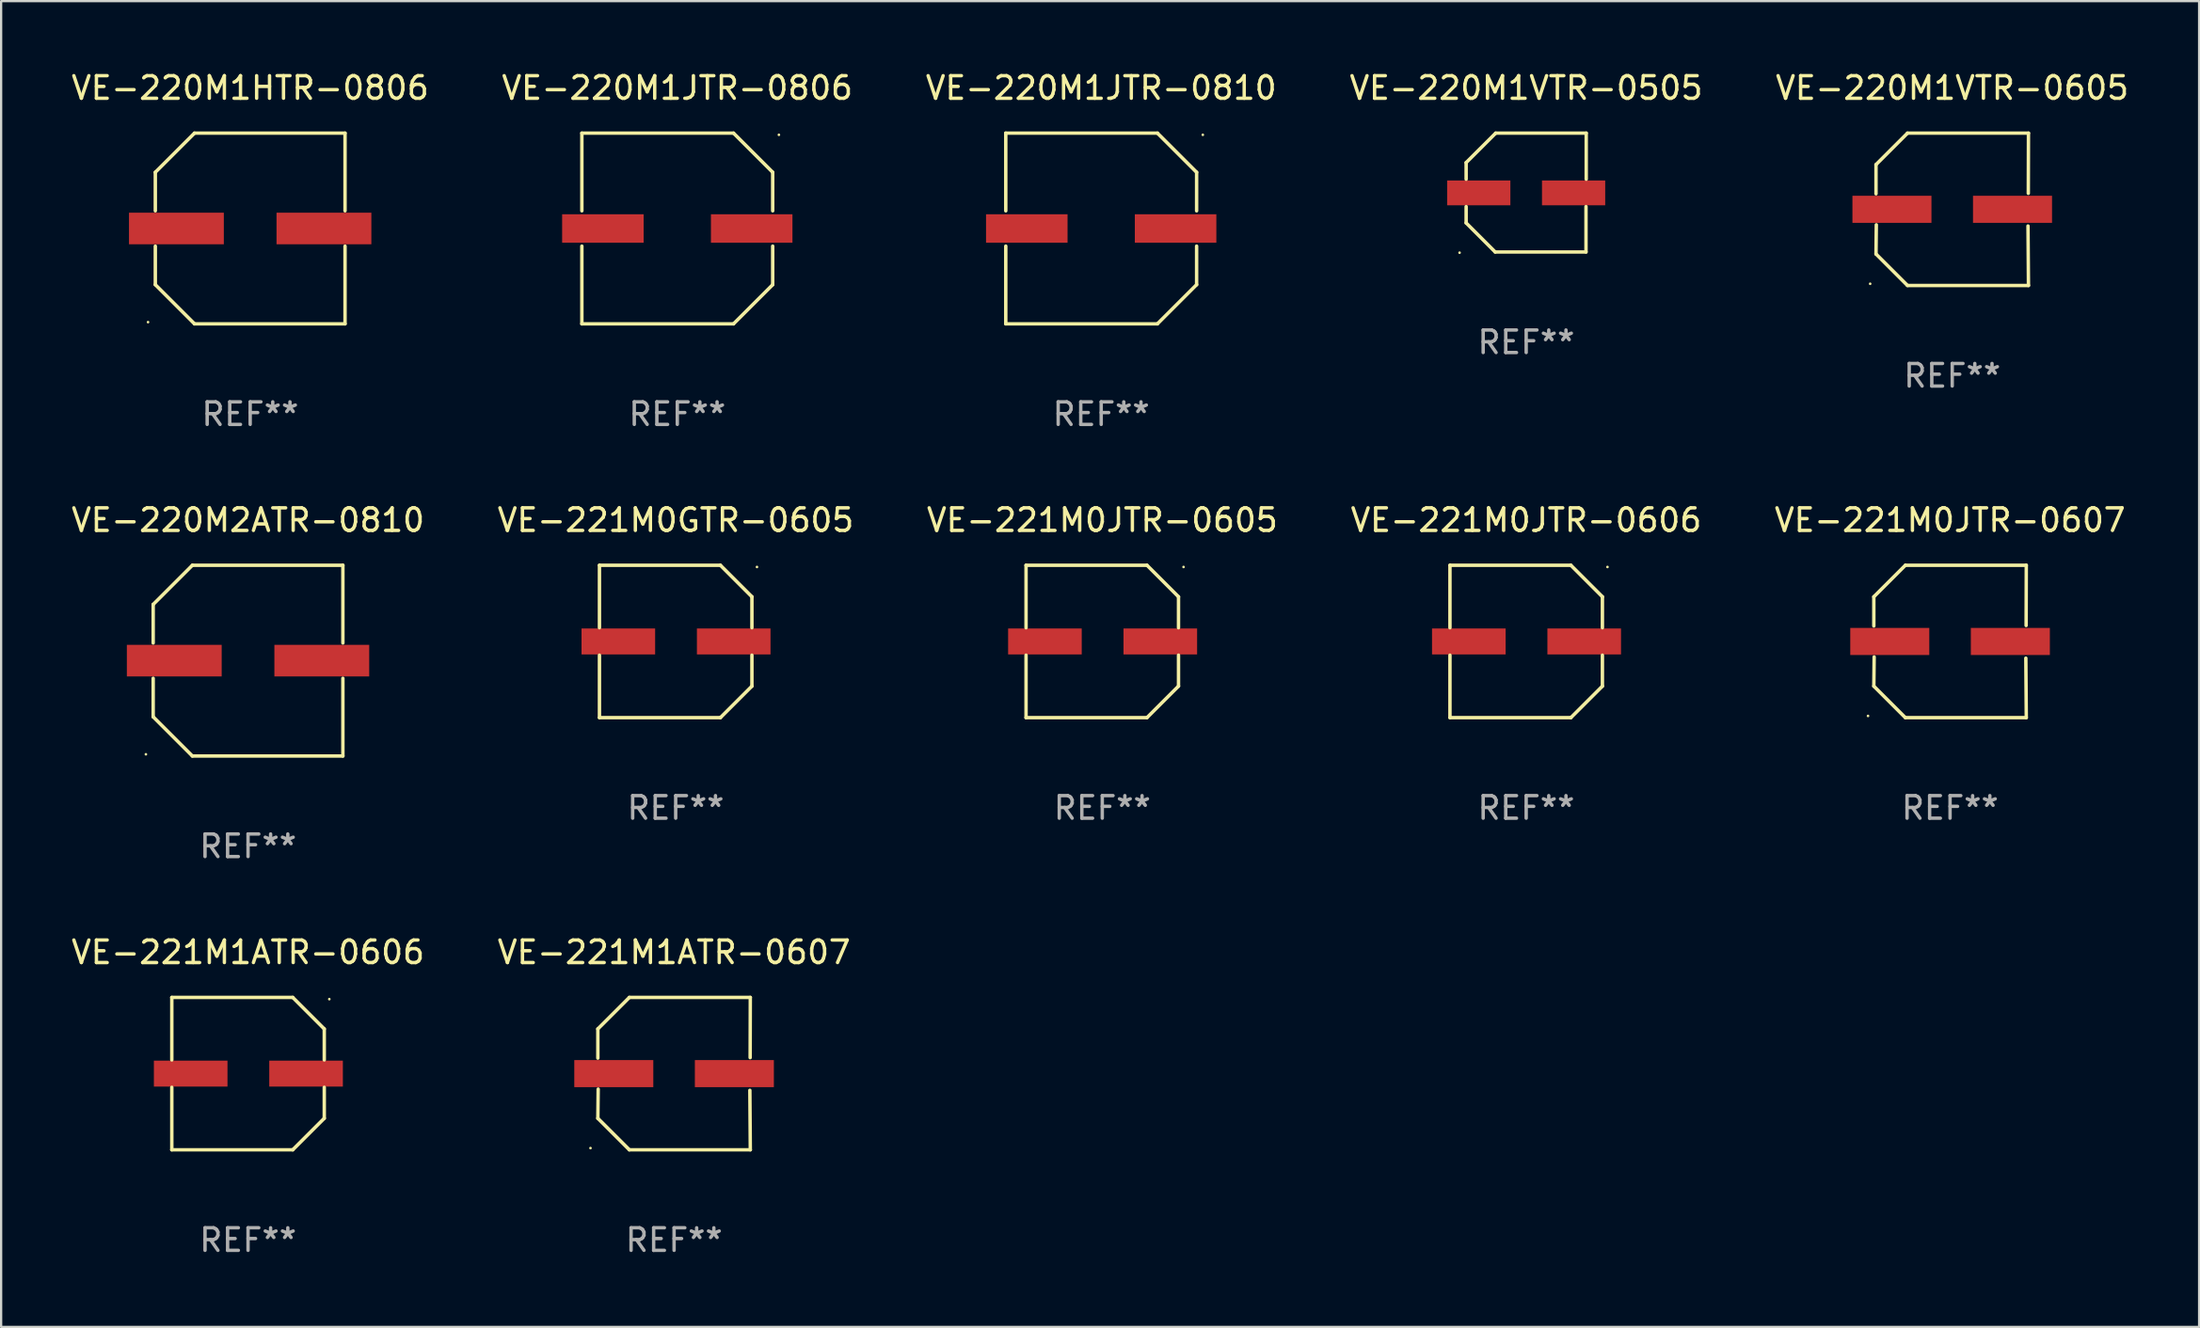
<source format=kicad_pcb>
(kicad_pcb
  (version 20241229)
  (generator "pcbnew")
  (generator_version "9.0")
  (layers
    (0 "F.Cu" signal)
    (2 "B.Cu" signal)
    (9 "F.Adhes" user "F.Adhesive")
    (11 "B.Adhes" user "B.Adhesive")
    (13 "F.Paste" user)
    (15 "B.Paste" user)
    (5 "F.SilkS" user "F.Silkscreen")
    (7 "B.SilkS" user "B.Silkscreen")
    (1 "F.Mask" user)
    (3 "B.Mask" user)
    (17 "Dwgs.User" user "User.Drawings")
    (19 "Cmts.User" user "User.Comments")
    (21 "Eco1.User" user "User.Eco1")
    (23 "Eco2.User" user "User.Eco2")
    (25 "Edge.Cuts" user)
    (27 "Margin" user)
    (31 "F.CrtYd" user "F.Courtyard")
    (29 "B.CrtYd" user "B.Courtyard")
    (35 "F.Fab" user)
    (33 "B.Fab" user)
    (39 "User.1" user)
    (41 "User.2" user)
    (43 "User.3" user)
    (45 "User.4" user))
  (footprint "VE-220M1JTR-0806"
    (layer "F.Cu")
    (at 26.946 7.074)
    (property "Reference" "VE-220M1JTR-0806" (at 0 -6.226 0) (layer "F.SilkS") (effects (font (size 1 1) (thickness 0.15))))
    (attr through_hole)
    (fp_line (start -4.226 -4.226) (end 2.49 -4.226) (stroke (width 0.152) (type solid)) (layer "F.SilkS"))
    (fp_line (start -4.226 -0.782) (end -4.226 -4.226) (stroke (width 0.152) (type solid)) (layer "F.SilkS"))
    (fp_line (start -4.226 0.782) (end -4.226 4.226) (stroke (width 0.152) (type solid)) (layer "F.SilkS"))
    (fp_line (start -4.226 4.226) (end 2.49 4.226) (stroke (width 0.152) (type solid)) (layer "F.SilkS"))
    (fp_line (start 2.49 -4.226) (end 4.226 -2.49) (stroke (width 0.152) (type solid)) (layer "F.SilkS"))
    (fp_line (start 2.49 4.226) (end 4.226 2.49) (stroke (width 0.152) (type solid)) (layer "F.SilkS"))
    (fp_line (start 4.226 -2.49) (end 4.226 -0.782) (stroke (width 0.152) (type solid)) (layer "F.SilkS"))
    (fp_line (start 4.226 2.49) (end 4.226 0.782) (stroke (width 0.152) (type solid)) (layer "F.SilkS"))
    (fp_circle (center 4.5 -4.15) (end 4.53 -4.15) (stroke (width 0.06) (type solid)) (fill no) (layer "F.SilkS"))
    (fp_text user "REF**" (at 0 8.226 0) (layer "F.Fab") (effects (font (size 1 1) (thickness 0.15))))
    (pad "1" smd rect (at 3.295 0 180) (size 3.61 1.26) (layers "F.Cu" "F.Mask" "F.Paste"))
    (pad "2" smd rect (at -3.295 0 180) (size 3.61 1.26) (layers "F.Cu" "F.Mask" "F.Paste")))
  (footprint "VE-220M1VTR-0505"
    (layer "F.Cu")
    (at 64.542 5.482)
    (property "Reference" "VE-220M1VTR-0505" (at 0 -4.634 0) (layer "F.SilkS") (effects (font (size 1 1) (thickness 0.15))))
    (attr through_hole)
    (fp_line (start -2.659 -1.326) (end -2.659 -0.592) (stroke (width 0.152) (type solid)) (layer "F.SilkS"))
    (fp_line (start -2.659 1.346) (end -2.659 0.622) (stroke (width 0.152) (type solid)) (layer "F.SilkS"))
    (fp_line (start -1.372 2.634) (end -2.659 1.346) (stroke (width 0.152) (type solid)) (layer "F.SilkS"))
    (fp_line (start -1.349 -2.634) (end -2.659 -1.326) (stroke (width 0.152) (type solid)) (layer "F.SilkS"))
    (fp_line (start 2.649 0.622) (end 2.649 2.634) (stroke (width 0.152) (type solid)) (layer "F.SilkS"))
    (fp_line (start 2.649 2.634) (end -1.372 2.634) (stroke (width 0.152) (type solid)) (layer "F.SilkS"))
    (fp_line (start 2.659 -2.634) (end -1.349 -2.634) (stroke (width 0.152) (type solid)) (layer "F.SilkS"))
    (fp_line (start 2.659 -0.592) (end 2.659 -2.634) (stroke (width 0.152) (type solid)) (layer "F.SilkS"))
    (fp_circle (center -2.95 2.665) (end -2.92 2.665) (stroke (width 0.06) (type solid)) (fill no) (layer "F.SilkS"))
    (fp_text user "REF**" (at 0 6.634 0) (layer "F.Fab") (effects (font (size 1 1) (thickness 0.15))))
    (pad "1" smd rect (at -2.1 0.015) (size 2.8 1.1) (layers "F.Cu" "F.Mask" "F.Paste"))
    (pad "2" smd rect (at 2.1 0.015) (size 2.8 1.1) (layers "F.Cu" "F.Mask" "F.Paste")))
  (footprint "VE-220M2ATR-0810"
    (layer "F.Cu")
    (at 7.935 26.223)
    (property "Reference" "VE-220M2ATR-0810" (at 0 -6.226 0) (layer "F.SilkS") (effects (font (size 1 1) (thickness 0.15))))
    (attr through_hole)
    (fp_line (start -4.201 -2.49) (end -4.201 -0.782) (stroke (width 0.152) (type solid)) (layer "F.SilkS"))
    (fp_line (start -4.201 2.49) (end -4.201 0.782) (stroke (width 0.152) (type solid)) (layer "F.SilkS"))
    (fp_line (start -2.465 -4.226) (end -4.201 -2.49) (stroke (width 0.152) (type solid)) (layer "F.SilkS"))
    (fp_line (start -2.465 4.226) (end -4.201 2.49) (stroke (width 0.152) (type solid)) (layer "F.SilkS"))
    (fp_line (start 4.201 -4.226) (end -2.465 -4.226) (stroke (width 0.152) (type solid)) (layer "F.SilkS"))
    (fp_line (start 4.201 -0.782) (end 4.201 -4.226) (stroke (width 0.152) (type solid)) (layer "F.SilkS"))
    (fp_line (start 4.201 0.782) (end 4.201 4.226) (stroke (width 0.152) (type solid)) (layer "F.SilkS"))
    (fp_line (start 4.201 4.226) (end -2.465 4.226) (stroke (width 0.152) (type solid)) (layer "F.SilkS"))
    (fp_circle (center -4.524 4.15) (end -4.494 4.15) (stroke (width 0.06) (type solid)) (fill no) (layer "F.SilkS"))
    (fp_text user "REF**" (at 0 8.226 0) (layer "F.Fab") (effects (font (size 1 1) (thickness 0.15))))
    (pad "1" smd rect (at -3.267 0) (size 4.2 1.4) (layers "F.Cu" "F.Mask" "F.Paste"))
    (pad "2" smd rect (at 3.267 0) (size 4.2 1.4) (layers "F.Cu" "F.Mask" "F.Paste")))
  (footprint "VE-220M1HTR-0806"
    (layer "F.Cu")
    (at 8.03 7.074)
    (property "Reference" "VE-220M1HTR-0806" (at 0 -6.226 0) (layer "F.SilkS") (effects (font (size 1 1) (thickness 0.15))))
    (attr through_hole)
    (fp_line (start -4.201 -2.49) (end -4.201 -0.782) (stroke (width 0.152) (type solid)) (layer "F.SilkS"))
    (fp_line (start -4.201 2.49) (end -4.201 0.782) (stroke (width 0.152) (type solid)) (layer "F.SilkS"))
    (fp_line (start -2.465 -4.226) (end -4.201 -2.49) (stroke (width 0.152) (type solid)) (layer "F.SilkS"))
    (fp_line (start -2.465 4.226) (end -4.201 2.49) (stroke (width 0.152) (type solid)) (layer "F.SilkS"))
    (fp_line (start 4.201 -4.226) (end -2.465 -4.226) (stroke (width 0.152) (type solid)) (layer "F.SilkS"))
    (fp_line (start 4.201 -0.782) (end 4.201 -4.226) (stroke (width 0.152) (type solid)) (layer "F.SilkS"))
    (fp_line (start 4.201 0.782) (end 4.201 4.226) (stroke (width 0.152) (type solid)) (layer "F.SilkS"))
    (fp_line (start 4.201 4.226) (end -2.465 4.226) (stroke (width 0.152) (type solid)) (layer "F.SilkS"))
    (fp_circle (center -4.524 4.15) (end -4.494 4.15) (stroke (width 0.06) (type solid)) (fill no) (layer "F.SilkS"))
    (fp_text user "REF**" (at 0 8.226 0) (layer "F.Fab") (effects (font (size 1 1) (thickness 0.15))))
    (pad "1" smd rect (at -3.267 0) (size 4.2 1.4) (layers "F.Cu" "F.Mask" "F.Paste"))
    (pad "2" smd rect (at 3.267 0) (size 4.2 1.4) (layers "F.Cu" "F.Mask" "F.Paste")))
  (footprint "VE-221M0GTR-0605"
    (layer "F.Cu")
    (at 26.875 25.373)
    (property "Reference" "VE-221M0GTR-0605" (at 0 -5.376 0) (layer "F.SilkS") (effects (font (size 1 1) (thickness 0.15))))
    (attr through_hole)
    (fp_line (start -3.376 -3.376) (end 1.98 -3.376) (stroke (width 0.152) (type solid)) (layer "F.SilkS"))
    (fp_line (start -3.376 -0.607) (end -3.376 -3.376) (stroke (width 0.152) (type solid)) (layer "F.SilkS"))
    (fp_line (start -3.376 0.607) (end -3.376 3.376) (stroke (width 0.152) (type solid)) (layer "F.SilkS"))
    (fp_line (start -3.376 3.376) (end 1.98 3.376) (stroke (width 0.152) (type solid)) (layer "F.SilkS"))
    (fp_line (start 1.98 -3.376) (end 3.376 -1.98) (stroke (width 0.152) (type solid)) (layer "F.SilkS"))
    (fp_line (start 1.98 3.376) (end 3.376 1.98) (stroke (width 0.152) (type solid)) (layer "F.SilkS"))
    (fp_line (start 3.376 -1.98) (end 3.376 -0.607) (stroke (width 0.152) (type solid)) (layer "F.SilkS"))
    (fp_line (start 3.376 1.98) (end 3.376 0.607) (stroke (width 0.152) (type solid)) (layer "F.SilkS"))
    (fp_circle (center 3.6 -3.3) (end 3.63 -3.3) (stroke (width 0.06) (type solid)) (fill no) (layer "F.SilkS"))
    (fp_text user "REF**" (at 0 7.376 0) (layer "F.Fab") (effects (font (size 1 1) (thickness 0.15))))
    (pad "1" smd rect (at 2.57 0 180) (size 3.26 1.15) (layers "F.Cu" "F.Mask" "F.Paste"))
    (pad "2" smd rect (at -2.54 0 180) (size 3.26 1.15) (layers "F.Cu" "F.Mask" "F.Paste")))
  (footprint "VE-221M0JTR-0607"
    (layer "F.Cu")
    (at 83.315 25.373)
    (property "Reference" "VE-221M0JTR-0607" (at 0 -5.376 0) (layer "F.SilkS") (effects (font (size 1 1) (thickness 0.15))))
    (attr through_hole)
    (fp_line (start -3.376 -1.98) (end -3.376 -0.686) (stroke (width 0.152) (type solid)) (layer "F.SilkS"))
    (fp_line (start -3.376 1.981) (end -3.362 0.686) (stroke (width 0.152) (type solid)) (layer "F.SilkS"))
    (fp_line (start -1.981 3.376) (end -3.376 1.981) (stroke (width 0.152) (type solid)) (layer "F.SilkS"))
    (fp_line (start -1.98 -3.376) (end -3.376 -1.98) (stroke (width 0.152) (type solid)) (layer "F.SilkS"))
    (fp_line (start 3.356 0.74) (end 3.376 3.376) (stroke (width 0.152) (type solid)) (layer "F.SilkS"))
    (fp_line (start 3.369 -0.707) (end 3.376 -3.376) (stroke (width 0.152) (type solid)) (layer "F.SilkS"))
    (fp_line (start 3.376 3.376) (end -1.981 3.376) (stroke (width 0.152) (type solid)) (layer "F.SilkS"))
    (fp_line (start 3.376 -3.376) (end -1.98 -3.376) (stroke (width 0.152) (type solid)) (layer "F.SilkS"))
    (fp_circle (center -3.634 3.3) (end -3.604 3.3) (stroke (width 0.06) (type solid)) (fill no) (layer "F.SilkS"))
    (fp_text user "REF**" (at 0 7.376 0) (layer "F.Fab") (effects (font (size 1 1) (thickness 0.15))))
    (pad "1" smd rect (at -2.67 0.000254) (size 3.5 1.2) (layers "F.Cu" "F.Mask" "F.Paste"))
    (pad "2" smd rect (at 2.67 0.000254) (size 3.5 1.2) (layers "F.Cu" "F.Mask" "F.Paste")))
  (footprint "VE-221M0JTR-0606"
    (layer "F.Cu")
    (at 64.542 25.373)
    (property "Reference" "VE-221M0JTR-0606" (at 0 -5.376 0) (layer "F.SilkS") (effects (font (size 1 1) (thickness 0.15))))
    (attr through_hole)
    (fp_line (start -3.376 -3.376) (end 1.98 -3.376) (stroke (width 0.152) (type solid)) (layer "F.SilkS"))
    (fp_line (start -3.376 -0.607) (end -3.376 -3.376) (stroke (width 0.152) (type solid)) (layer "F.SilkS"))
    (fp_line (start -3.376 0.607) (end -3.376 3.376) (stroke (width 0.152) (type solid)) (layer "F.SilkS"))
    (fp_line (start -3.376 3.376) (end 1.98 3.376) (stroke (width 0.152) (type solid)) (layer "F.SilkS"))
    (fp_line (start 1.98 -3.376) (end 3.376 -1.98) (stroke (width 0.152) (type solid)) (layer "F.SilkS"))
    (fp_line (start 1.98 3.376) (end 3.376 1.98) (stroke (width 0.152) (type solid)) (layer "F.SilkS"))
    (fp_line (start 3.376 -1.98) (end 3.376 -0.607) (stroke (width 0.152) (type solid)) (layer "F.SilkS"))
    (fp_line (start 3.376 1.98) (end 3.376 0.607) (stroke (width 0.152) (type solid)) (layer "F.SilkS"))
    (fp_circle (center 3.6 -3.3) (end 3.63 -3.3) (stroke (width 0.06) (type solid)) (fill no) (layer "F.SilkS"))
    (fp_text user "REF**" (at 0 7.376 0) (layer "F.Fab") (effects (font (size 1 1) (thickness 0.15))))
    (pad "1" smd rect (at 2.57 0 180) (size 3.26 1.15) (layers "F.Cu" "F.Mask" "F.Paste"))
    (pad "2" smd rect (at -2.54 0 180) (size 3.26 1.15) (layers "F.Cu" "F.Mask" "F.Paste")))
  (footprint "VE-221M0JTR-0605"
    (layer "F.Cu")
    (at 45.768 25.373)
    (property "Reference" "VE-221M0JTR-0605" (at 0 -5.376 0) (layer "F.SilkS") (effects (font (size 1 1) (thickness 0.15))))
    (attr through_hole)
    (fp_line (start -3.376 -3.376) (end 1.98 -3.376) (stroke (width 0.152) (type solid)) (layer "F.SilkS"))
    (fp_line (start -3.376 -0.607) (end -3.376 -3.376) (stroke (width 0.152) (type solid)) (layer "F.SilkS"))
    (fp_line (start -3.376 0.607) (end -3.376 3.376) (stroke (width 0.152) (type solid)) (layer "F.SilkS"))
    (fp_line (start -3.376 3.376) (end 1.98 3.376) (stroke (width 0.152) (type solid)) (layer "F.SilkS"))
    (fp_line (start 1.98 -3.376) (end 3.376 -1.98) (stroke (width 0.152) (type solid)) (layer "F.SilkS"))
    (fp_line (start 1.98 3.376) (end 3.376 1.98) (stroke (width 0.152) (type solid)) (layer "F.SilkS"))
    (fp_line (start 3.376 -1.98) (end 3.376 -0.607) (stroke (width 0.152) (type solid)) (layer "F.SilkS"))
    (fp_line (start 3.376 1.98) (end 3.376 0.607) (stroke (width 0.152) (type solid)) (layer "F.SilkS"))
    (fp_circle (center 3.6 -3.3) (end 3.63 -3.3) (stroke (width 0.06) (type solid)) (fill no) (layer "F.SilkS"))
    (fp_text user "REF**" (at 0 7.376 0) (layer "F.Fab") (effects (font (size 1 1) (thickness 0.15))))
    (pad "1" smd rect (at 2.57 0 180) (size 3.26 1.15) (layers "F.Cu" "F.Mask" "F.Paste"))
    (pad "2" smd rect (at -2.54 0 180) (size 3.26 1.15) (layers "F.Cu" "F.Mask" "F.Paste")))
  (footprint "VE-221M1ATR-0606"
    (layer "F.Cu")
    (at 7.935 44.522)
    (property "Reference" "VE-221M1ATR-0606" (at 0 -5.376 0) (layer "F.SilkS") (effects (font (size 1 1) (thickness 0.15))))
    (attr through_hole)
    (fp_line (start -3.376 -3.376) (end 1.98 -3.376) (stroke (width 0.152) (type solid)) (layer "F.SilkS"))
    (fp_line (start -3.376 -0.607) (end -3.376 -3.376) (stroke (width 0.152) (type solid)) (layer "F.SilkS"))
    (fp_line (start -3.376 0.607) (end -3.376 3.376) (stroke (width 0.152) (type solid)) (layer "F.SilkS"))
    (fp_line (start -3.376 3.376) (end 1.98 3.376) (stroke (width 0.152) (type solid)) (layer "F.SilkS"))
    (fp_line (start 1.98 -3.376) (end 3.376 -1.98) (stroke (width 0.152) (type solid)) (layer "F.SilkS"))
    (fp_line (start 1.98 3.376) (end 3.376 1.98) (stroke (width 0.152) (type solid)) (layer "F.SilkS"))
    (fp_line (start 3.376 -1.98) (end 3.376 -0.607) (stroke (width 0.152) (type solid)) (layer "F.SilkS"))
    (fp_line (start 3.376 1.98) (end 3.376 0.607) (stroke (width 0.152) (type solid)) (layer "F.SilkS"))
    (fp_circle (center 3.6 -3.3) (end 3.63 -3.3) (stroke (width 0.06) (type solid)) (fill no) (layer "F.SilkS"))
    (fp_text user "REF**" (at 0 7.376 0) (layer "F.Fab") (effects (font (size 1 1) (thickness 0.15))))
    (pad "1" smd rect (at 2.57 0 180) (size 3.26 1.15) (layers "F.Cu" "F.Mask" "F.Paste"))
    (pad "2" smd rect (at -2.54 0 180) (size 3.26 1.15) (layers "F.Cu" "F.Mask" "F.Paste")))
  (footprint "VE-220M1VTR-0605"
    (layer "F.Cu")
    (at 83.411 6.224)
    (property "Reference" "VE-220M1VTR-0605" (at 0 -5.376 0) (layer "F.SilkS") (effects (font (size 1 1) (thickness 0.15))))
    (attr through_hole)
    (fp_line (start -3.376 -1.98) (end -3.376 -0.686) (stroke (width 0.152) (type solid)) (layer "F.SilkS"))
    (fp_line (start -3.376 1.981) (end -3.362 0.686) (stroke (width 0.152) (type solid)) (layer "F.SilkS"))
    (fp_line (start -1.981 3.376) (end -3.376 1.981) (stroke (width 0.152) (type solid)) (layer "F.SilkS"))
    (fp_line (start -1.98 -3.376) (end -3.376 -1.98) (stroke (width 0.152) (type solid)) (layer "F.SilkS"))
    (fp_line (start 3.356 0.74) (end 3.376 3.376) (stroke (width 0.152) (type solid)) (layer "F.SilkS"))
    (fp_line (start 3.369 -0.707) (end 3.376 -3.376) (stroke (width 0.152) (type solid)) (layer "F.SilkS"))
    (fp_line (start 3.376 3.376) (end -1.981 3.376) (stroke (width 0.152) (type solid)) (layer "F.SilkS"))
    (fp_line (start 3.376 -3.376) (end -1.98 -3.376) (stroke (width 0.152) (type solid)) (layer "F.SilkS"))
    (fp_circle (center -3.634 3.3) (end -3.604 3.3) (stroke (width 0.06) (type solid)) (fill no) (layer "F.SilkS"))
    (fp_text user "REF**" (at 0 7.376 0) (layer "F.Fab") (effects (font (size 1 1) (thickness 0.15))))
    (pad "1" smd rect (at -2.67 0.000254) (size 3.5 1.2) (layers "F.Cu" "F.Mask" "F.Paste"))
    (pad "2" smd rect (at 2.67 0.000254) (size 3.5 1.2) (layers "F.Cu" "F.Mask" "F.Paste")))
  (footprint "VE-221M1ATR-0607"
    (layer "F.Cu")
    (at 26.804 44.522)
    (property "Reference" "VE-221M1ATR-0607" (at 0 -5.376 0) (layer "F.SilkS") (effects (font (size 1 1) (thickness 0.15))))
    (attr through_hole)
    (fp_line (start -3.376 -1.98) (end -3.376 -0.686) (stroke (width 0.152) (type solid)) (layer "F.SilkS"))
    (fp_line (start -3.376 1.981) (end -3.362 0.686) (stroke (width 0.152) (type solid)) (layer "F.SilkS"))
    (fp_line (start -1.981 3.376) (end -3.376 1.981) (stroke (width 0.152) (type solid)) (layer "F.SilkS"))
    (fp_line (start -1.98 -3.376) (end -3.376 -1.98) (stroke (width 0.152) (type solid)) (layer "F.SilkS"))
    (fp_line (start 3.356 0.74) (end 3.376 3.376) (stroke (width 0.152) (type solid)) (layer "F.SilkS"))
    (fp_line (start 3.369 -0.707) (end 3.376 -3.376) (stroke (width 0.152) (type solid)) (layer "F.SilkS"))
    (fp_line (start 3.376 3.376) (end -1.981 3.376) (stroke (width 0.152) (type solid)) (layer "F.SilkS"))
    (fp_line (start 3.376 -3.376) (end -1.98 -3.376) (stroke (width 0.152) (type solid)) (layer "F.SilkS"))
    (fp_circle (center -3.702 3.3) (end -3.672 3.3) (stroke (width 0.06) (type solid)) (fill no) (layer "F.SilkS"))
    (fp_text user "REF**" (at 0 7.376 0) (layer "F.Fab") (effects (font (size 1 1) (thickness 0.15))))
    (pad "1" smd rect (at -2.67 0.000203) (size 3.5 1.2) (layers "F.Cu" "F.Mask" "F.Paste"))
    (pad "2" smd rect (at 2.67 0.000203) (size 3.5 1.2) (layers "F.Cu" "F.Mask" "F.Paste")))
  (footprint "VE-220M1JTR-0810"
    (layer "F.Cu")
    (at 45.72 7.074)
    (property "Reference" "VE-220M1JTR-0810" (at 0 -6.226 0) (layer "F.SilkS") (effects (font (size 1 1) (thickness 0.15))))
    (attr through_hole)
    (fp_line (start -4.226 -4.226) (end 2.49 -4.226) (stroke (width 0.152) (type solid)) (layer "F.SilkS"))
    (fp_line (start -4.226 -0.782) (end -4.226 -4.226) (stroke (width 0.152) (type solid)) (layer "F.SilkS"))
    (fp_line (start -4.226 0.782) (end -4.226 4.226) (stroke (width 0.152) (type solid)) (layer "F.SilkS"))
    (fp_line (start -4.226 4.226) (end 2.49 4.226) (stroke (width 0.152) (type solid)) (layer "F.SilkS"))
    (fp_line (start 2.49 -4.226) (end 4.226 -2.49) (stroke (width 0.152) (type solid)) (layer "F.SilkS"))
    (fp_line (start 2.49 4.226) (end 4.226 2.49) (stroke (width 0.152) (type solid)) (layer "F.SilkS"))
    (fp_line (start 4.226 -2.49) (end 4.226 -0.782) (stroke (width 0.152) (type solid)) (layer "F.SilkS"))
    (fp_line (start 4.226 2.49) (end 4.226 0.782) (stroke (width 0.152) (type solid)) (layer "F.SilkS"))
    (fp_circle (center 4.5 -4.15) (end 4.53 -4.15) (stroke (width 0.06) (type solid)) (fill no) (layer "F.SilkS"))
    (fp_text user "REF**" (at 0 8.226 0) (layer "F.Fab") (effects (font (size 1 1) (thickness 0.15))))
    (pad "1" smd rect (at 3.295 0 180) (size 3.61 1.26) (layers "F.Cu" "F.Mask" "F.Paste"))
    (pad "2" smd rect (at -3.295 0 180) (size 3.61 1.26) (layers "F.Cu" "F.Mask" "F.Paste")))
  (gr_rect
    (start -3 -3)
    (end 94.345 55.747)
    (stroke (width 0.1) (type default))
    (fill no)
    (layer "Edge.Cuts")))
</source>
